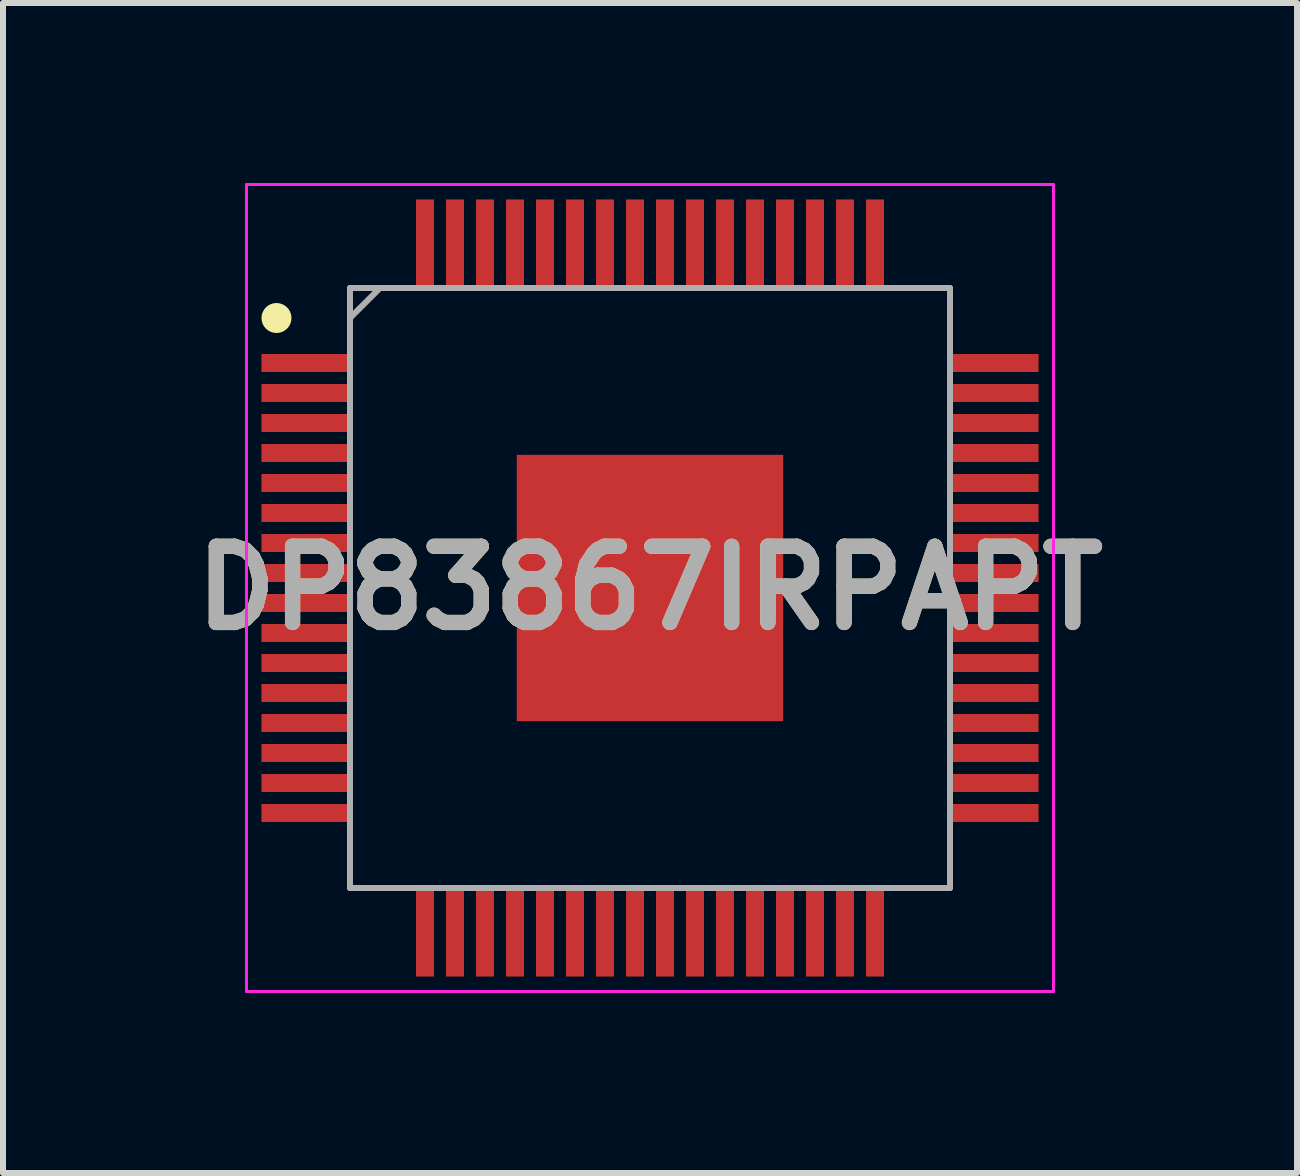
<source format=kicad_pcb>
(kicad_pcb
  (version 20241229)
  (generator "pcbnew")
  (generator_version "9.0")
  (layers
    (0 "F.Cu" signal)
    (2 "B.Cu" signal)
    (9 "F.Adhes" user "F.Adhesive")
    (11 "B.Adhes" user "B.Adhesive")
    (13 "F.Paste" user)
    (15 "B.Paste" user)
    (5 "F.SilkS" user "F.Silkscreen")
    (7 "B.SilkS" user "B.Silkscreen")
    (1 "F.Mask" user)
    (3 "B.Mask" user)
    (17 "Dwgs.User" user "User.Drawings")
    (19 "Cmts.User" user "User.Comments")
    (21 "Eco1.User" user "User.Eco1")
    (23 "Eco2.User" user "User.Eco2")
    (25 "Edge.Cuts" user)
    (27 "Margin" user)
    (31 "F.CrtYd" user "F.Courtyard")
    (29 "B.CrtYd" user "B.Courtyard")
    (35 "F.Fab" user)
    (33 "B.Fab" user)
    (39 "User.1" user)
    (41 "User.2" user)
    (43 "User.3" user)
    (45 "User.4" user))
  (footprint "DP83867IRPAPT"
    (layer "F.Cu")
    (at 7.783 6.75)
    (property "Reference" "DP83867IRPAPT" (at 0 0 0) (layer "F.SilkS") (effects (font (size 1.27 1.27) (thickness 0.254))))
    (attr smd)
    (fp_circle (center -6.225 -4.5) (end -6.225 -4.375) (stroke (width 0.25) (type solid)) (fill no) (layer "F.SilkS"))
    (fp_line (start -6.725 -6.725) (end 6.725 -6.725) (stroke (width 0.05) (type solid)) (layer "F.CrtYd"))
    (fp_line (start -6.725 6.725) (end -6.725 -6.725) (stroke (width 0.05) (type solid)) (layer "F.CrtYd"))
    (fp_line (start 6.725 -6.725) (end 6.725 6.725) (stroke (width 0.05) (type solid)) (layer "F.CrtYd"))
    (fp_line (start 6.725 6.725) (end -6.725 6.725) (stroke (width 0.05) (type solid)) (layer "F.CrtYd"))
    (fp_line (start -5 -5) (end 5 -5) (stroke (width 0.1) (type solid)) (layer "F.Fab"))
    (fp_line (start -5 -4.5) (end -4.5 -5) (stroke (width 0.1) (type solid)) (layer "F.Fab"))
    (fp_line (start -5 5) (end -5 -5) (stroke (width 0.1) (type solid)) (layer "F.Fab"))
    (fp_line (start 5 -5) (end 5 5) (stroke (width 0.1) (type solid)) (layer "F.Fab"))
    (fp_line (start 5 5) (end -5 5) (stroke (width 0.1) (type solid)) (layer "F.Fab"))
    (fp_text user "${REFERENCE}" (at 0 0 0) (layer "F.Fab") (effects (font (size 1.27 1.27) (thickness 0.254))))
    (pad "1" smd rect (at -5.738 -3.75 90) (size 0.3 1.475) (layers "F.Cu" "F.Mask" "F.Paste"))
    (pad "2" smd rect (at -5.738 -3.25 90) (size 0.3 1.475) (layers "F.Cu" "F.Mask" "F.Paste"))
    (pad "3" smd rect (at -5.738 -2.75 90) (size 0.3 1.475) (layers "F.Cu" "F.Mask" "F.Paste"))
    (pad "4" smd rect (at -5.738 -2.25 90) (size 0.3 1.475) (layers "F.Cu" "F.Mask" "F.Paste"))
    (pad "5" smd rect (at -5.738 -1.75 90) (size 0.3 1.475) (layers "F.Cu" "F.Mask" "F.Paste"))
    (pad "6" smd rect (at -5.738 -1.25 90) (size 0.3 1.475) (layers "F.Cu" "F.Mask" "F.Paste"))
    (pad "7" smd rect (at -5.738 -0.75 90) (size 0.3 1.475) (layers "F.Cu" "F.Mask" "F.Paste"))
    (pad "8" smd rect (at -5.738 -0.25 90) (size 0.3 1.475) (layers "F.Cu" "F.Mask" "F.Paste"))
    (pad "9" smd rect (at -5.738 0.25 90) (size 0.3 1.475) (layers "F.Cu" "F.Mask" "F.Paste"))
    (pad "10" smd rect (at -5.738 0.75 90) (size 0.3 1.475) (layers "F.Cu" "F.Mask" "F.Paste"))
    (pad "11" smd rect (at -5.738 1.25 90) (size 0.3 1.475) (layers "F.Cu" "F.Mask" "F.Paste"))
    (pad "12" smd rect (at -5.738 1.75 90) (size 0.3 1.475) (layers "F.Cu" "F.Mask" "F.Paste"))
    (pad "13" smd rect (at -5.738 2.25 90) (size 0.3 1.475) (layers "F.Cu" "F.Mask" "F.Paste"))
    (pad "14" smd rect (at -5.738 2.75 90) (size 0.3 1.475) (layers "F.Cu" "F.Mask" "F.Paste"))
    (pad "15" smd rect (at -5.738 3.25 90) (size 0.3 1.475) (layers "F.Cu" "F.Mask" "F.Paste"))
    (pad "16" smd rect (at -5.738 3.75 90) (size 0.3 1.475) (layers "F.Cu" "F.Mask" "F.Paste"))
    (pad "17" smd rect (at -3.75 5.738) (size 0.3 1.475) (layers "F.Cu" "F.Mask" "F.Paste"))
    (pad "18" smd rect (at -3.25 5.738) (size 0.3 1.475) (layers "F.Cu" "F.Mask" "F.Paste"))
    (pad "19" smd rect (at -2.75 5.738) (size 0.3 1.475) (layers "F.Cu" "F.Mask" "F.Paste"))
    (pad "20" smd rect (at -2.25 5.738) (size 0.3 1.475) (layers "F.Cu" "F.Mask" "F.Paste"))
    (pad "21" smd rect (at -1.75 5.738) (size 0.3 1.475) (layers "F.Cu" "F.Mask" "F.Paste"))
    (pad "22" smd rect (at -1.25 5.738) (size 0.3 1.475) (layers "F.Cu" "F.Mask" "F.Paste"))
    (pad "23" smd rect (at -0.75 5.738) (size 0.3 1.475) (layers "F.Cu" "F.Mask" "F.Paste"))
    (pad "24" smd rect (at -0.25 5.738) (size 0.3 1.475) (layers "F.Cu" "F.Mask" "F.Paste"))
    (pad "25" smd rect (at 0.25 5.738) (size 0.3 1.475) (layers "F.Cu" "F.Mask" "F.Paste"))
    (pad "26" smd rect (at 0.75 5.738) (size 0.3 1.475) (layers "F.Cu" "F.Mask" "F.Paste"))
    (pad "27" smd rect (at 1.25 5.738) (size 0.3 1.475) (layers "F.Cu" "F.Mask" "F.Paste"))
    (pad "28" smd rect (at 1.75 5.738) (size 0.3 1.475) (layers "F.Cu" "F.Mask" "F.Paste"))
    (pad "29" smd rect (at 2.25 5.738) (size 0.3 1.475) (layers "F.Cu" "F.Mask" "F.Paste"))
    (pad "30" smd rect (at 2.75 5.738) (size 0.3 1.475) (layers "F.Cu" "F.Mask" "F.Paste"))
    (pad "31" smd rect (at 3.25 5.738) (size 0.3 1.475) (layers "F.Cu" "F.Mask" "F.Paste"))
    (pad "32" smd rect (at 3.75 5.738) (size 0.3 1.475) (layers "F.Cu" "F.Mask" "F.Paste"))
    (pad "33" smd rect (at 5.738 3.75 90) (size 0.3 1.475) (layers "F.Cu" "F.Mask" "F.Paste"))
    (pad "34" smd rect (at 5.738 3.25 90) (size 0.3 1.475) (layers "F.Cu" "F.Mask" "F.Paste"))
    (pad "35" smd rect (at 5.738 2.75 90) (size 0.3 1.475) (layers "F.Cu" "F.Mask" "F.Paste"))
    (pad "36" smd rect (at 5.738 2.25 90) (size 0.3 1.475) (layers "F.Cu" "F.Mask" "F.Paste"))
    (pad "37" smd rect (at 5.738 1.75 90) (size 0.3 1.475) (layers "F.Cu" "F.Mask" "F.Paste"))
    (pad "38" smd rect (at 5.738 1.25 90) (size 0.3 1.475) (layers "F.Cu" "F.Mask" "F.Paste"))
    (pad "39" smd rect (at 5.738 0.75 90) (size 0.3 1.475) (layers "F.Cu" "F.Mask" "F.Paste"))
    (pad "40" smd rect (at 5.738 0.25 90) (size 0.3 1.475) (layers "F.Cu" "F.Mask" "F.Paste"))
    (pad "41" smd rect (at 5.738 -0.25 90) (size 0.3 1.475) (layers "F.Cu" "F.Mask" "F.Paste"))
    (pad "42" smd rect (at 5.738 -0.75 90) (size 0.3 1.475) (layers "F.Cu" "F.Mask" "F.Paste"))
    (pad "43" smd rect (at 5.738 -1.25 90) (size 0.3 1.475) (layers "F.Cu" "F.Mask" "F.Paste"))
    (pad "44" smd rect (at 5.738 -1.75 90) (size 0.3 1.475) (layers "F.Cu" "F.Mask" "F.Paste"))
    (pad "45" smd rect (at 5.738 -2.25 90) (size 0.3 1.475) (layers "F.Cu" "F.Mask" "F.Paste"))
    (pad "46" smd rect (at 5.738 -2.75 90) (size 0.3 1.475) (layers "F.Cu" "F.Mask" "F.Paste"))
    (pad "47" smd rect (at 5.738 -3.25 90) (size 0.3 1.475) (layers "F.Cu" "F.Mask" "F.Paste"))
    (pad "48" smd rect (at 5.738 -3.75 90) (size 0.3 1.475) (layers "F.Cu" "F.Mask" "F.Paste"))
    (pad "49" smd rect (at 3.75 -5.738) (size 0.3 1.475) (layers "F.Cu" "F.Mask" "F.Paste"))
    (pad "50" smd rect (at 3.25 -5.738) (size 0.3 1.475) (layers "F.Cu" "F.Mask" "F.Paste"))
    (pad "51" smd rect (at 2.75 -5.738) (size 0.3 1.475) (layers "F.Cu" "F.Mask" "F.Paste"))
    (pad "52" smd rect (at 2.25 -5.738) (size 0.3 1.475) (layers "F.Cu" "F.Mask" "F.Paste"))
    (pad "53" smd rect (at 1.75 -5.738) (size 0.3 1.475) (layers "F.Cu" "F.Mask" "F.Paste"))
    (pad "54" smd rect (at 1.25 -5.738) (size 0.3 1.475) (layers "F.Cu" "F.Mask" "F.Paste"))
    (pad "55" smd rect (at 0.75 -5.738) (size 0.3 1.475) (layers "F.Cu" "F.Mask" "F.Paste"))
    (pad "56" smd rect (at 0.25 -5.738) (size 0.3 1.475) (layers "F.Cu" "F.Mask" "F.Paste"))
    (pad "57" smd rect (at -0.25 -5.738) (size 0.3 1.475) (layers "F.Cu" "F.Mask" "F.Paste"))
    (pad "58" smd rect (at -0.75 -5.738) (size 0.3 1.475) (layers "F.Cu" "F.Mask" "F.Paste"))
    (pad "59" smd rect (at -1.25 -5.738) (size 0.3 1.475) (layers "F.Cu" "F.Mask" "F.Paste"))
    (pad "60" smd rect (at -1.75 -5.738) (size 0.3 1.475) (layers "F.Cu" "F.Mask" "F.Paste"))
    (pad "61" smd rect (at -2.25 -5.738) (size 0.3 1.475) (layers "F.Cu" "F.Mask" "F.Paste"))
    (pad "62" smd rect (at -2.75 -5.738) (size 0.3 1.475) (layers "F.Cu" "F.Mask" "F.Paste"))
    (pad "63" smd rect (at -3.25 -5.738) (size 0.3 1.475) (layers "F.Cu" "F.Mask" "F.Paste"))
    (pad "64" smd rect (at -3.75 -5.738) (size 0.3 1.475) (layers "F.Cu" "F.Mask" "F.Paste"))
    (pad "65" smd rect (at 0 0) (size 4.44 4.44) (layers "F.Cu" "F.Mask" "F.Paste")))
  (gr_rect
    (start -3 -3)
    (end 18.567 16.5)
    (stroke (width 0.1) (type default))
    (fill no)
    (layer "Edge.Cuts")))
</source>
